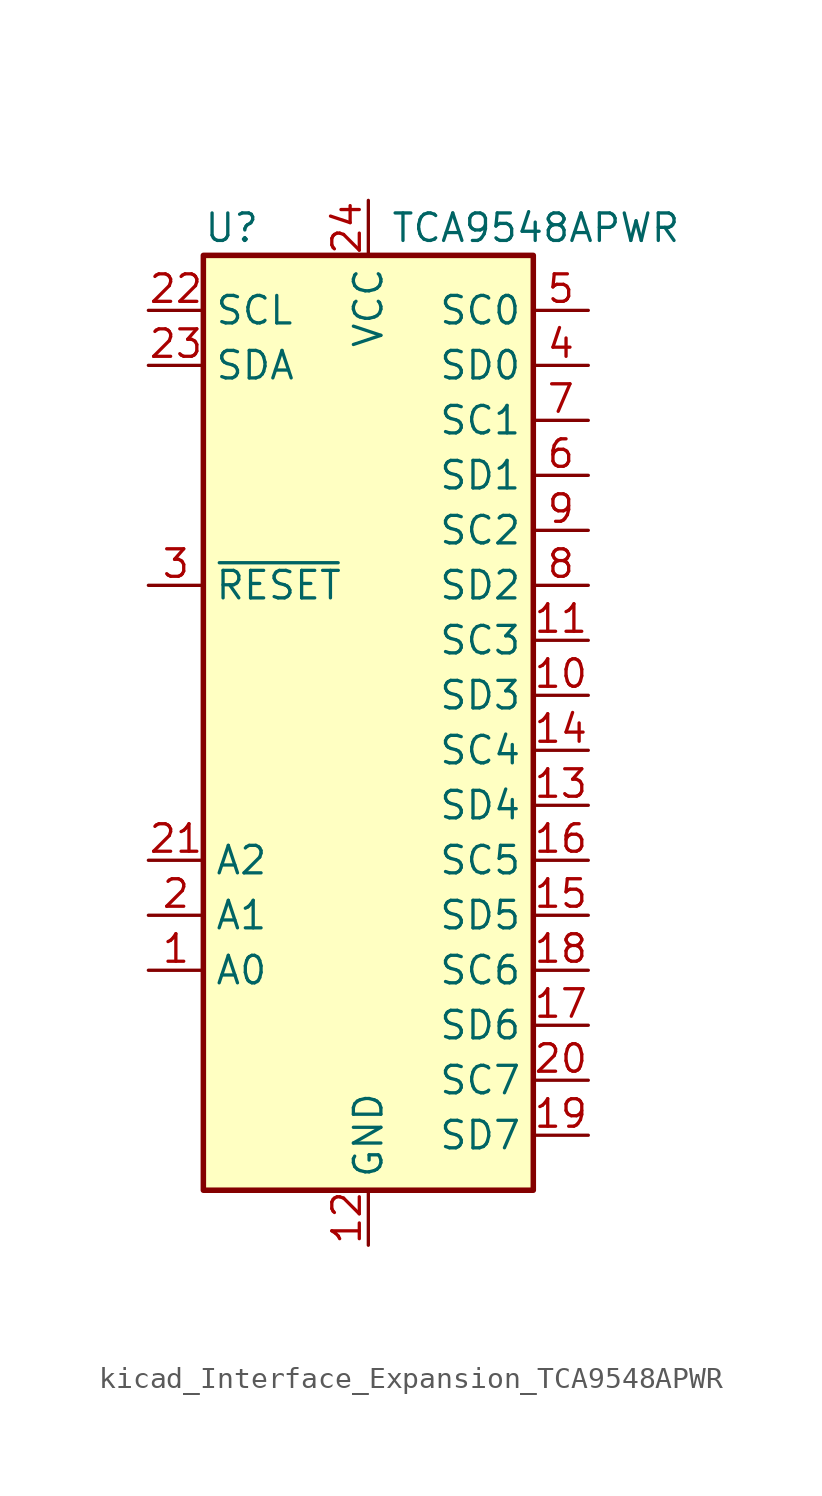
<source format=kicad_sym>
(kicad_symbol_lib
  (version 20220914)
  (generator kicad_symbol_editor)
  (symbol "kicad_Interface_Expansion_TCA9548APWR"
    (property "Reference" "U"
      (at -7.62 21.59 0)
      (effects (font (size 1.27 1.27)) (justify left)))
    (property "Value" "TCA9548APWR"
      (at 1.016 21.59 0)
      (effects (font (size 1.27 1.27)) (justify left)))
    (symbol "kicad_Interface_Expansion_TCA9548APWR_0_1"
      (rectangle (start -7.62 20.32) (end 7.62 -22.86) (stroke (width 0.254) (type default)) (fill (type background))))
    (symbol "kicad_Interface_Expansion_TCA9548APWR_1_1"
      (pin input line (at -10.16 -12.7 0) (length 2.54) (name "A0" (effects (font (size 1.27 1.27)))) (number "1" (effects (font (size 1.27 1.27)))))
      (pin bidirectional line (at 10.16 0 180) (length 2.54) (name "SD3" (effects (font (size 1.27 1.27)))) (number "10" (effects (font (size 1.27 1.27)))))
      (pin output line (at 10.16 2.54 180) (length 2.54) (name "SC3" (effects (font (size 1.27 1.27)))) (number "11" (effects (font (size 1.27 1.27)))))
      (pin power_in line (at 0 -25.4 90) (length 2.54) (name "GND" (effects (font (size 1.27 1.27)))) (number "12" (effects (font (size 1.27 1.27)))))
      (pin bidirectional line (at 10.16 -5.08 180) (length 2.54) (name "SD4" (effects (font (size 1.27 1.27)))) (number "13" (effects (font (size 1.27 1.27)))))
      (pin output line (at 10.16 -2.54 180) (length 2.54) (name "SC4" (effects (font (size 1.27 1.27)))) (number "14" (effects (font (size 1.27 1.27)))))
      (pin bidirectional line (at 10.16 -10.16 180) (length 2.54) (name "SD5" (effects (font (size 1.27 1.27)))) (number "15" (effects (font (size 1.27 1.27)))))
      (pin output line (at 10.16 -7.62 180) (length 2.54) (name "SC5" (effects (font (size 1.27 1.27)))) (number "16" (effects (font (size 1.27 1.27)))))
      (pin bidirectional line (at 10.16 -15.24 180) (length 2.54) (name "SD6" (effects (font (size 1.27 1.27)))) (number "17" (effects (font (size 1.27 1.27)))))
      (pin output line (at 10.16 -12.7 180) (length 2.54) (name "SC6" (effects (font (size 1.27 1.27)))) (number "18" (effects (font (size 1.27 1.27)))))
      (pin bidirectional line (at 10.16 -20.32 180) (length 2.54) (name "SD7" (effects (font (size 1.27 1.27)))) (number "19" (effects (font (size 1.27 1.27)))))
      (pin input line (at -10.16 -10.16 0) (length 2.54) (name "A1" (effects (font (size 1.27 1.27)))) (number "2" (effects (font (size 1.27 1.27)))))
      (pin output line (at 10.16 -17.78 180) (length 2.54) (name "SC7" (effects (font (size 1.27 1.27)))) (number "20" (effects (font (size 1.27 1.27)))))
      (pin input line (at -10.16 -7.62 0) (length 2.54) (name "A2" (effects (font (size 1.27 1.27)))) (number "21" (effects (font (size 1.27 1.27)))))
      (pin input line (at -10.16 17.78 0) (length 2.54) (name "SCL" (effects (font (size 1.27 1.27)))) (number "22" (effects (font (size 1.27 1.27)))))
      (pin bidirectional line (at -10.16 15.24 0) (length 2.54) (name "SDA" (effects (font (size 1.27 1.27)))) (number "23" (effects (font (size 1.27 1.27)))))
      (pin power_in line (at 0 22.86 270) (length 2.54) (name "VCC" (effects (font (size 1.27 1.27)))) (number "24" (effects (font (size 1.27 1.27)))))
      (pin input line (at -10.16 5.08 0) (length 2.54) (name "~{RESET}" (effects (font (size 1.27 1.27)))) (number "3" (effects (font (size 1.27 1.27)))))
      (pin bidirectional line (at 10.16 15.24 180) (length 2.54) (name "SD0" (effects (font (size 1.27 1.27)))) (number "4" (effects (font (size 1.27 1.27)))))
      (pin output line (at 10.16 17.78 180) (length 2.54) (name "SC0" (effects (font (size 1.27 1.27)))) (number "5" (effects (font (size 1.27 1.27)))))
      (pin bidirectional line (at 10.16 10.16 180) (length 2.54) (name "SD1" (effects (font (size 1.27 1.27)))) (number "6" (effects (font (size 1.27 1.27)))))
      (pin output line (at 10.16 12.7 180) (length 2.54) (name "SC1" (effects (font (size 1.27 1.27)))) (number "7" (effects (font (size 1.27 1.27)))))
      (pin bidirectional line (at 10.16 5.08 180) (length 2.54) (name "SD2" (effects (font (size 1.27 1.27)))) (number "8" (effects (font (size 1.27 1.27)))))
      (pin output line (at 10.16 7.62 180) (length 2.54) (name "SC2" (effects (font (size 1.27 1.27)))) (number "9" (effects (font (size 1.27 1.27))))))))
</source>
